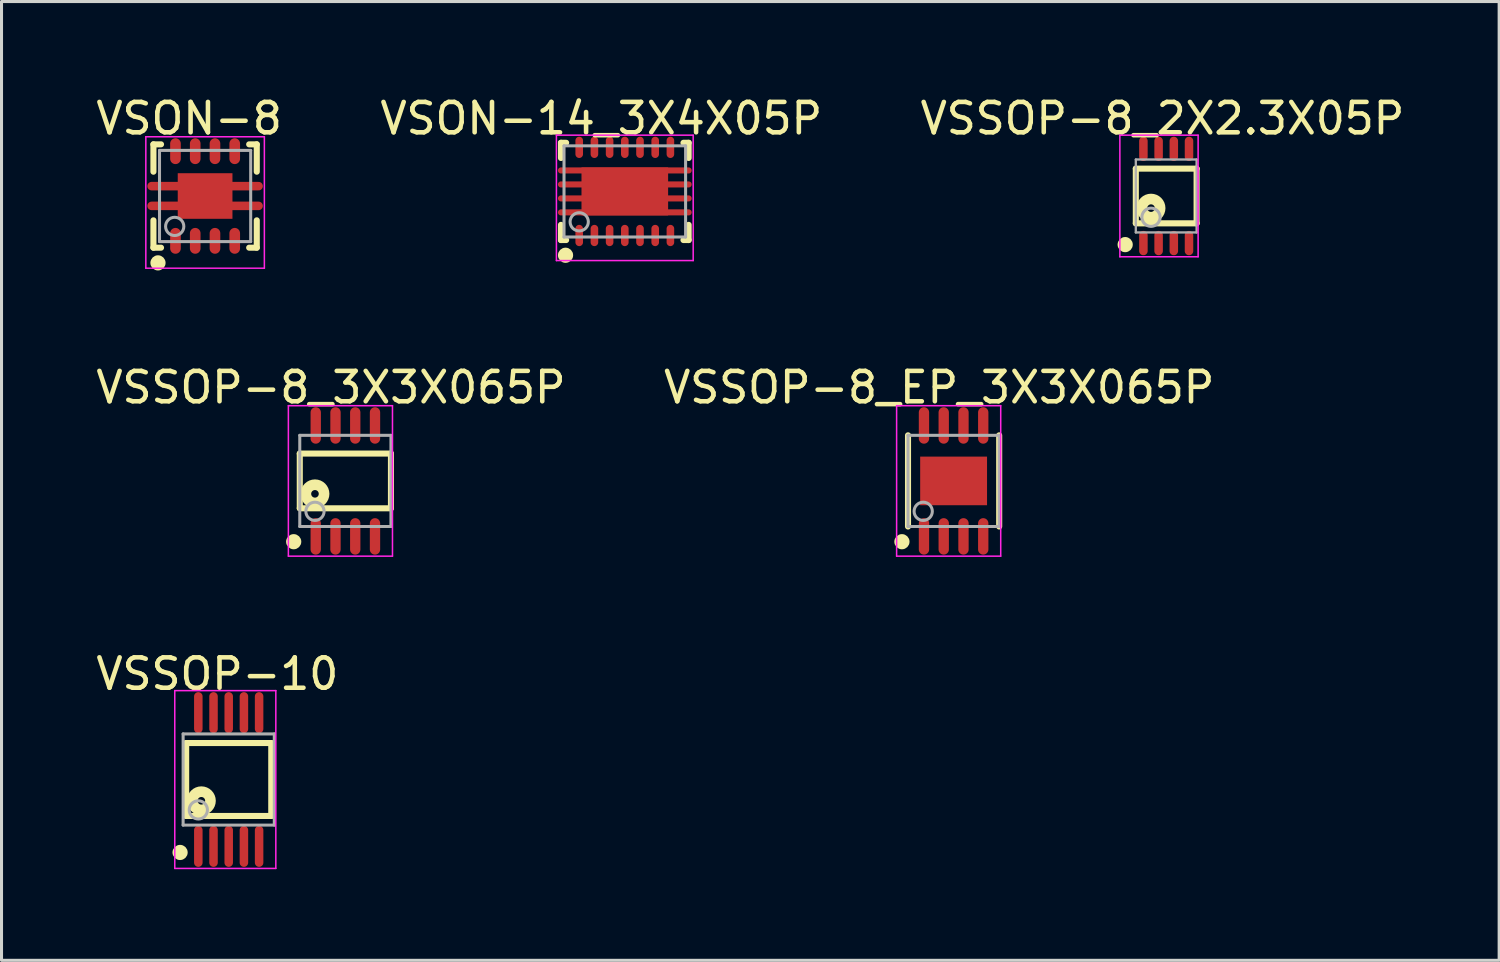
<source format=kicad_pcb>
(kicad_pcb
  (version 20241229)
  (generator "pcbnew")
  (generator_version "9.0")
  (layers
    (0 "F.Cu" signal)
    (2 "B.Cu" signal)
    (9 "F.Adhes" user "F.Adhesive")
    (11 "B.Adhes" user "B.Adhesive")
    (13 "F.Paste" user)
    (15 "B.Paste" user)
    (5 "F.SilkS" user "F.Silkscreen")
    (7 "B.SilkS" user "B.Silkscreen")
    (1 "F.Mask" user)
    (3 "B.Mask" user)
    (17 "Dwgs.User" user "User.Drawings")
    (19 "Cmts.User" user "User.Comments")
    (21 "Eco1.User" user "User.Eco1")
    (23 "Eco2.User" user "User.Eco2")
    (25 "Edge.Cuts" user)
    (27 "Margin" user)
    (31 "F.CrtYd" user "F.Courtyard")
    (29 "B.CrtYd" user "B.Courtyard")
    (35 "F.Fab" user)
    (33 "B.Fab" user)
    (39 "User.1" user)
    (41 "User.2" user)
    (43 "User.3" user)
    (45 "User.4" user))
  (footprint "VSSOP-8_EP_3X3X065P"
    (layer "F.Cu")
    (at 28.325 12.773)
    (property "Reference" "VSSOP-8_EP_3X3X065P" (at -0.474 -3.076 0) (layer "F.SilkS") (effects (font (size 1 1) (thickness 0.15))))
    (attr through_hole)
    (fp_line (start -1.5 1.5) (end -1.5 -1.5) (stroke (width 0.2) (type solid)) (layer "F.SilkS"))
    (fp_line (start 1.5 1.5) (end 1.5 -1.5) (stroke (width 0.2) (type solid)) (layer "F.SilkS"))
    (fp_circle (center -1.7 2) (end -1.575 2) (stroke (width 0.25) (type solid)) (fill no) (layer "F.SilkS"))
    (fp_line (start -1.875 -2.475) (end 1.55 -2.475) (stroke (width 0.05) (type solid)) (layer "F.CrtYd"))
    (fp_line (start -1.875 2.475) (end -1.875 -2.475) (stroke (width 0.05) (type solid)) (layer "F.CrtYd"))
    (fp_line (start 1.55 -2.475) (end 1.55 2.475) (stroke (width 0.05) (type solid)) (layer "F.CrtYd"))
    (fp_line (start 1.55 2.475) (end -1.875 2.475) (stroke (width 0.05) (type solid)) (layer "F.CrtYd"))
    (fp_line (start -1.5 -1.5) (end 1.5 -1.5) (stroke (width 0.1) (type solid)) (layer "F.Fab"))
    (fp_line (start -1.5 1.5) (end -1.5 -1.5) (stroke (width 0.1) (type solid)) (layer "F.Fab"))
    (fp_line (start -1.5 1.5) (end 1.5 1.5) (stroke (width 0.1) (type solid)) (layer "F.Fab"))
    (fp_line (start 1.5 1.5) (end 1.5 -1.5) (stroke (width 0.1) (type solid)) (layer "F.Fab"))
    (fp_circle (center -1 1) (end -0.7 1) (stroke (width 0.1) (type solid)) (fill no) (layer "F.Fab"))
    (pad "0" smd rect (at 0 0) (size 2.2 1.6) (layers "F.Cu" "F.Mask" "F.Paste"))
    (pad "1" smd oval (at -0.975 1.825 270) (size 1.2 0.34) (layers "F.Cu" "F.Mask" "F.Paste"))
    (pad "2" smd oval (at -0.325 1.825 270) (size 1.2 0.34) (layers "F.Cu" "F.Mask" "F.Paste"))
    (pad "3" smd oval (at 0.325 1.825 270) (size 1.2 0.34) (layers "F.Cu" "F.Mask" "F.Paste"))
    (pad "4" smd oval (at 0.975 1.825 270) (size 1.2 0.34) (layers "F.Cu" "F.Mask" "F.Paste"))
    (pad "5" smd oval (at 0.975 -1.825 270) (size 1.2 0.34) (layers "F.Cu" "F.Mask" "F.Paste"))
    (pad "6" smd oval (at 0.325 -1.825 270) (size 1.2 0.34) (layers "F.Cu" "F.Mask" "F.Paste"))
    (pad "7" smd oval (at -0.325 -1.825 270) (size 1.2 0.34) (layers "F.Cu" "F.Mask" "F.Paste"))
    (pad "8" smd oval (at -0.975 -1.825 270) (size 1.2 0.34) (layers "F.Cu" "F.Mask" "F.Paste")))
  (footprint "VSON-14_3X4X05P"
    (layer "F.Cu")
    (at 17.507 3.248)
    (property "Reference" "VSON-14_3X4X05P" (at -0.774 -2.4 0) (layer "F.SilkS") (effects (font (size 1 1) (thickness 0.15))))
    (attr through_hole)
    (fp_line (start -2.1 -1.6) (end -1.93 -1.6) (stroke (width 0.2) (type solid)) (layer "F.SilkS"))
    (fp_line (start -2.1 -1.1) (end -2.1 -1.6) (stroke (width 0.2) (type solid)) (layer "F.SilkS"))
    (fp_line (start -2.1 1.6) (end -2.1 1.1) (stroke (width 0.2) (type solid)) (layer "F.SilkS"))
    (fp_line (start -2.1 1.6) (end -1.93 1.6) (stroke (width 0.2) (type solid)) (layer "F.SilkS"))
    (fp_line (start 1.93 -1.6) (end 2.1 -1.6) (stroke (width 0.2) (type solid)) (layer "F.SilkS"))
    (fp_line (start 1.93 1.6) (end 2.1 1.6) (stroke (width 0.2) (type solid)) (layer "F.SilkS"))
    (fp_line (start 2.1 -1.1) (end 2.1 -1.6) (stroke (width 0.2) (type solid)) (layer "F.SilkS"))
    (fp_line (start 2.1 1.6) (end 2.1 1.1) (stroke (width 0.2) (type solid)) (layer "F.SilkS"))
    (fp_circle (center -1.95 2.1) (end -1.825 2.1) (stroke (width 0.25) (type solid)) (fill no) (layer "F.SilkS"))
    (fp_line (start -2.25 -1.85) (end 2.25 -1.85) (stroke (width 0.05) (type solid)) (layer "F.CrtYd"))
    (fp_line (start -2.25 2.275) (end -2.25 -1.85) (stroke (width 0.05) (type solid)) (layer "F.CrtYd"))
    (fp_line (start 2.25 -1.85) (end 2.25 2.275) (stroke (width 0.05) (type solid)) (layer "F.CrtYd"))
    (fp_line (start 2.25 2.275) (end -2.25 2.275) (stroke (width 0.05) (type solid)) (layer "F.CrtYd"))
    (fp_line (start -2 -1.5) (end 2 -1.5) (stroke (width 0.1) (type solid)) (layer "F.Fab"))
    (fp_line (start -2 1.5) (end -2 -1.5) (stroke (width 0.1) (type solid)) (layer "F.Fab"))
    (fp_line (start -2 1.5) (end 2 1.5) (stroke (width 0.1) (type solid)) (layer "F.Fab"))
    (fp_line (start 2 1.5) (end 2 -1.5) (stroke (width 0.1) (type solid)) (layer "F.Fab"))
    (fp_circle (center -1.5 1) (end -1.2 1) (stroke (width 0.1) (type solid)) (fill no) (layer "F.Fab"))
    (pad "" smd oval (at 0 -0.69 90) (size 0.2 4.4) (layers "F.Cu" "F.Mask" "F.Paste"))
    (pad "" smd oval (at 0 -0.23 90) (size 0.2 4.4) (layers "F.Cu" "F.Mask" "F.Paste"))
    (pad "" smd oval (at 0 0.23 270) (size 0.2 4.4) (layers "F.Cu" "F.Mask" "F.Paste"))
    (pad "" smd oval (at 0 0.69 270) (size 0.2 4.4) (layers "F.Cu" "F.Mask" "F.Paste"))
    (pad "0" smd rect (at 0 0 90) (size 1.58 2.85) (layers "F.Cu" "F.Mask" "F.Paste"))
    (pad "1" smd oval (at -1.5 1.45) (size 0.25 0.7) (layers "F.Cu" "F.Mask" "F.Paste"))
    (pad "2" smd oval (at -1 1.45) (size 0.25 0.7) (layers "F.Cu" "F.Mask" "F.Paste"))
    (pad "3" smd oval (at -0.5 1.45) (size 0.25 0.7) (layers "F.Cu" "F.Mask" "F.Paste"))
    (pad "4" smd oval (at 0 1.45) (size 0.25 0.7) (layers "F.Cu" "F.Mask" "F.Paste"))
    (pad "5" smd oval (at 0.5 1.45) (size 0.25 0.7) (layers "F.Cu" "F.Mask" "F.Paste"))
    (pad "6" smd oval (at 1 1.45) (size 0.25 0.7) (layers "F.Cu" "F.Mask" "F.Paste"))
    (pad "7" smd oval (at 1.5 1.45) (size 0.25 0.7) (layers "F.Cu" "F.Mask" "F.Paste"))
    (pad "8" smd oval (at 1.5 -1.45) (size 0.25 0.7) (layers "F.Cu" "F.Mask" "F.Paste"))
    (pad "9" smd oval (at 1 -1.45) (size 0.25 0.7) (layers "F.Cu" "F.Mask" "F.Paste"))
    (pad "10" smd oval (at 0.5 -1.45 180) (size 0.25 0.7) (layers "F.Cu" "F.Mask" "F.Paste"))
    (pad "11" smd oval (at 0 -1.45 180) (size 0.25 0.7) (layers "F.Cu" "F.Mask" "F.Paste"))
    (pad "12" smd oval (at -0.5 -1.45 180) (size 0.25 0.7) (layers "F.Cu" "F.Mask" "F.Paste"))
    (pad "13" smd oval (at -1 -1.45 180) (size 0.25 0.7) (layers "F.Cu" "F.Mask" "F.Paste"))
    (pad "14" smd oval (at -1.5 -1.45 180) (size 0.25 0.7) (layers "F.Cu" "F.Mask" "F.Paste")))
  (footprint "VSSOP-10"
    (layer "F.Cu")
    (at 4.475 22.597)
    (property "Reference" "VSSOP-10" (at -0.374 -3.475 0) (layer "F.SilkS") (effects (font (size 1 1) (thickness 0.15))))
    (attr through_hole)
    (fp_line (start -1.4 -1.2) (end 1.4 -1.2) (stroke (width 0.2) (type solid)) (layer "F.SilkS"))
    (fp_line (start -1.4 1.2) (end -1.4 -1.2) (stroke (width 0.2) (type solid)) (layer "F.SilkS"))
    (fp_line (start -1.4 1.2) (end 1.4 1.2) (stroke (width 0.2) (type solid)) (layer "F.SilkS"))
    (fp_line (start 1.4 1.2) (end 1.4 -1.2) (stroke (width 0.2) (type solid)) (layer "F.SilkS"))
    (fp_circle (center -1.6 2.4) (end -1.475 2.4) (stroke (width 0.25) (type solid)) (fill no) (layer "F.SilkS"))
    (fp_circle (center -0.9 0.7) (end -0.775 0.7) (stroke (width 0.35) (type solid)) (fill no) (layer "F.SilkS"))
    (fp_line (start -1.775 -2.925) (end 1.55 -2.925) (stroke (width 0.05) (type solid)) (layer "F.CrtYd"))
    (fp_line (start -1.775 2.925) (end -1.775 -2.925) (stroke (width 0.05) (type solid)) (layer "F.CrtYd"))
    (fp_line (start 1.55 -2.925) (end 1.55 2.925) (stroke (width 0.05) (type solid)) (layer "F.CrtYd"))
    (fp_line (start 1.55 2.925) (end -1.775 2.925) (stroke (width 0.05) (type solid)) (layer "F.CrtYd"))
    (fp_line (start -1.5 -1.5) (end 1.5 -1.5) (stroke (width 0.1) (type solid)) (layer "F.Fab"))
    (fp_line (start -1.5 1.5) (end -1.5 -1.5) (stroke (width 0.1) (type solid)) (layer "F.Fab"))
    (fp_line (start -1.5 1.5) (end 1.5 1.5) (stroke (width 0.1) (type solid)) (layer "F.Fab"))
    (fp_line (start 1.5 1.5) (end 1.5 -1.5) (stroke (width 0.1) (type solid)) (layer "F.Fab"))
    (fp_circle (center -1 1) (end -0.7 1) (stroke (width 0.1) (type solid)) (fill no) (layer "F.Fab"))
    (pad "1" smd oval (at -1 2.2 270) (size 1.35 0.28) (layers "F.Cu" "F.Mask" "F.Paste"))
    (pad "2" smd oval (at -0.5 2.2 270) (size 1.35 0.28) (layers "F.Cu" "F.Mask" "F.Paste"))
    (pad "3" smd oval (at 0 2.2 270) (size 1.35 0.28) (layers "F.Cu" "F.Mask" "F.Paste"))
    (pad "4" smd oval (at 0.5 2.2 270) (size 1.35 0.28) (layers "F.Cu" "F.Mask" "F.Paste"))
    (pad "5" smd oval (at 1 2.2 270) (size 1.35 0.28) (layers "F.Cu" "F.Mask" "F.Paste"))
    (pad "6" smd oval (at 1 -2.2 270) (size 1.35 0.28) (layers "F.Cu" "F.Mask" "F.Paste"))
    (pad "7" smd oval (at 0.5 -2.2 270) (size 1.35 0.28) (layers "F.Cu" "F.Mask" "F.Paste"))
    (pad "8" smd oval (at 0 -2.2 270) (size 1.35 0.28) (layers "F.Cu" "F.Mask" "F.Paste"))
    (pad "9" smd oval (at -0.5 -2.2 270) (size 1.35 0.28) (layers "F.Cu" "F.Mask" "F.Paste"))
    (pad "10" smd oval (at -1 -2.2 270) (size 1.35 0.28) (layers "F.Cu" "F.Mask" "F.Paste")))
  (footprint "VSON-8"
    (layer "F.Cu")
    (at 3.698 3.399)
    (property "Reference" "VSON-8" (at -0.525 -2.551 0) (layer "F.SilkS") (effects (font (size 1 1) (thickness 0.15))))
    (attr through_hole)
    (fp_line (start -1.7 -1.7) (end -1.45 -1.7) (stroke (width 0.2) (type solid)) (layer "F.SilkS"))
    (fp_line (start -1.7 -0.8) (end -1.7 -1.7) (stroke (width 0.2) (type solid)) (layer "F.SilkS"))
    (fp_line (start -1.7 1.7) (end -1.7 0.8) (stroke (width 0.2) (type solid)) (layer "F.SilkS"))
    (fp_line (start -1.7 1.7) (end -1.45 1.7) (stroke (width 0.2) (type solid)) (layer "F.SilkS"))
    (fp_line (start 1.45 -1.7) (end 1.7 -1.7) (stroke (width 0.2) (type solid)) (layer "F.SilkS"))
    (fp_line (start 1.45 1.7) (end 1.7 1.7) (stroke (width 0.2) (type solid)) (layer "F.SilkS"))
    (fp_line (start 1.7 -0.8) (end 1.7 -1.7) (stroke (width 0.2) (type solid)) (layer "F.SilkS"))
    (fp_line (start 1.7 1.7) (end 1.7 0.8) (stroke (width 0.2) (type solid)) (layer "F.SilkS"))
    (fp_circle (center -1.55 2.2) (end -1.425 2.2) (stroke (width 0.25) (type solid)) (fill no) (layer "F.SilkS"))
    (fp_line (start -1.95 -1.95) (end 1.95 -1.95) (stroke (width 0.05) (type solid)) (layer "F.CrtYd"))
    (fp_line (start -1.95 2.375) (end -1.95 -1.95) (stroke (width 0.05) (type solid)) (layer "F.CrtYd"))
    (fp_line (start 1.95 -1.95) (end 1.95 2.375) (stroke (width 0.05) (type solid)) (layer "F.CrtYd"))
    (fp_line (start 1.95 2.375) (end -1.95 2.375) (stroke (width 0.05) (type solid)) (layer "F.CrtYd"))
    (fp_line (start -1.5 -1.5) (end 1.5 -1.5) (stroke (width 0.1) (type solid)) (layer "F.Fab"))
    (fp_line (start -1.5 1.5) (end -1.5 -1.5) (stroke (width 0.1) (type solid)) (layer "F.Fab"))
    (fp_line (start -1.5 1.5) (end 1.5 1.5) (stroke (width 0.1) (type solid)) (layer "F.Fab"))
    (fp_line (start 1.5 1.5) (end 1.5 -1.5) (stroke (width 0.1) (type solid)) (layer "F.Fab"))
    (fp_circle (center -1 1) (end -0.7 1) (stroke (width 0.1) (type solid)) (fill no) (layer "F.Fab"))
    (pad "" smd oval (at 0 -0.325 270) (size 0.28 3.8) (layers "F.Cu" "F.Mask" "F.Paste"))
    (pad "" smd oval (at 0 0.325 90) (size 0.28 3.8) (layers "F.Cu" "F.Mask" "F.Paste"))
    (pad "0" smd rect (at 0 0 90) (size 1.5 1.8) (layers "F.Cu" "F.Mask" "F.Paste"))
    (pad "1" smd oval (at -0.975 1.475) (size 0.35 0.85) (layers "F.Cu" "F.Mask" "F.Paste"))
    (pad "2" smd oval (at -0.325 1.475) (size 0.35 0.85) (layers "F.Cu" "F.Mask" "F.Paste"))
    (pad "3" smd oval (at 0.325 1.475) (size 0.35 0.85) (layers "F.Cu" "F.Mask" "F.Paste"))
    (pad "4" smd oval (at 0.975 1.475) (size 0.35 0.85) (layers "F.Cu" "F.Mask" "F.Paste"))
    (pad "5" smd oval (at 0.975 -1.475 180) (size 0.35 0.85) (layers "F.Cu" "F.Mask" "F.Paste"))
    (pad "6" smd oval (at 0.325 -1.475 180) (size 0.35 0.85) (layers "F.Cu" "F.Mask" "F.Paste"))
    (pad "7" smd oval (at -0.325 -1.475 180) (size 0.35 0.85) (layers "F.Cu" "F.Mask" "F.Paste"))
    (pad "8" smd oval (at -0.975 -1.475 180) (size 0.35 0.85) (layers "F.Cu" "F.Mask" "F.Paste")))
  (footprint "VSSOP-8_3X3X065P"
    (layer "F.Cu")
    (at 8.313 12.773)
    (property "Reference" "VSSOP-8_3X3X065P" (at -0.474 -3.076 0) (layer "F.SilkS") (effects (font (size 1 1) (thickness 0.15))))
    (attr through_hole)
    (fp_line (start -1.5 -0.9) (end 1.5 -0.9) (stroke (width 0.2) (type solid)) (layer "F.SilkS"))
    (fp_line (start -1.5 0.9) (end -1.5 -0.9) (stroke (width 0.2) (type solid)) (layer "F.SilkS"))
    (fp_line (start -1.5 0.9) (end 1.5 0.9) (stroke (width 0.2) (type solid)) (layer "F.SilkS"))
    (fp_line (start 1.5 0.9) (end 1.5 -0.9) (stroke (width 0.2) (type solid)) (layer "F.SilkS"))
    (fp_circle (center -1.7 2) (end -1.575 2) (stroke (width 0.25) (type solid)) (fill no) (layer "F.SilkS"))
    (fp_circle (center -1 0.425) (end -0.875 0.425) (stroke (width 0.35) (type solid)) (fill no) (layer "F.SilkS"))
    (fp_line (start -1.875 -2.475) (end 1.55 -2.475) (stroke (width 0.05) (type solid)) (layer "F.CrtYd"))
    (fp_line (start -1.875 2.475) (end -1.875 -2.475) (stroke (width 0.05) (type solid)) (layer "F.CrtYd"))
    (fp_line (start 1.55 -2.475) (end 1.55 2.475) (stroke (width 0.05) (type solid)) (layer "F.CrtYd"))
    (fp_line (start 1.55 2.475) (end -1.875 2.475) (stroke (width 0.05) (type solid)) (layer "F.CrtYd"))
    (fp_line (start -1.5 -1.5) (end 1.5 -1.5) (stroke (width 0.1) (type solid)) (layer "F.Fab"))
    (fp_line (start -1.5 1.5) (end -1.5 -1.5) (stroke (width 0.1) (type solid)) (layer "F.Fab"))
    (fp_line (start -1.5 1.5) (end 1.5 1.5) (stroke (width 0.1) (type solid)) (layer "F.Fab"))
    (fp_line (start 1.5 1.5) (end 1.5 -1.5) (stroke (width 0.1) (type solid)) (layer "F.Fab"))
    (fp_circle (center -1 1) (end -0.7 1) (stroke (width 0.1) (type solid)) (fill no) (layer "F.Fab"))
    (pad "1" smd oval (at -0.975 1.825 270) (size 1.2 0.34) (layers "F.Cu" "F.Mask" "F.Paste"))
    (pad "2" smd oval (at -0.325 1.825 270) (size 1.2 0.34) (layers "F.Cu" "F.Mask" "F.Paste"))
    (pad "3" smd oval (at 0.325 1.825 270) (size 1.2 0.34) (layers "F.Cu" "F.Mask" "F.Paste"))
    (pad "4" smd oval (at 0.975 1.825 270) (size 1.2 0.34) (layers "F.Cu" "F.Mask" "F.Paste"))
    (pad "5" smd oval (at 0.975 -1.825 270) (size 1.2 0.34) (layers "F.Cu" "F.Mask" "F.Paste"))
    (pad "6" smd oval (at 0.325 -1.825 270) (size 1.2 0.34) (layers "F.Cu" "F.Mask" "F.Paste"))
    (pad "7" smd oval (at -0.325 -1.825 270) (size 1.2 0.34) (layers "F.Cu" "F.Mask" "F.Paste"))
    (pad "8" smd oval (at -0.975 -1.825 270) (size 1.2 0.34) (layers "F.Cu" "F.Mask" "F.Paste")))
  (footprint "VSSOP-8_2X2.3X05P"
    (layer "F.Cu")
    (at 35.32 3.398)
    (property "Reference" "VSSOP-8_2X2.3X05P" (at -0.124 -2.55 0) (layer "F.SilkS") (effects (font (size 1 1) (thickness 0.15))))
    (attr through_hole)
    (fp_line (start -1 -0.9) (end 1 -0.9) (stroke (width 0.2) (type solid)) (layer "F.SilkS"))
    (fp_line (start -1 0.9) (end -1 -0.9) (stroke (width 0.2) (type solid)) (layer "F.SilkS"))
    (fp_line (start -1 0.9) (end 1 0.9) (stroke (width 0.2) (type solid)) (layer "F.SilkS"))
    (fp_line (start 1 0.9) (end 1 -0.9) (stroke (width 0.2) (type solid)) (layer "F.SilkS"))
    (fp_circle (center -1.35 1.6) (end -1.225 1.6) (stroke (width 0.25) (type solid)) (fill no) (layer "F.SilkS"))
    (fp_circle (center -0.5 0.4) (end -0.375 0.4) (stroke (width 0.35) (type solid)) (fill no) (layer "F.SilkS"))
    (fp_line (start -1.525 -2) (end 1.05 -2) (stroke (width 0.05) (type solid)) (layer "F.CrtYd"))
    (fp_line (start -1.525 2) (end -1.525 -2) (stroke (width 0.05) (type solid)) (layer "F.CrtYd"))
    (fp_line (start 1.05 -2) (end 1.05 2) (stroke (width 0.05) (type solid)) (layer "F.CrtYd"))
    (fp_line (start 1.05 2) (end -1.525 2) (stroke (width 0.05) (type solid)) (layer "F.CrtYd"))
    (fp_line (start -1 -1.2) (end 1 -1.2) (stroke (width 0.076) (type solid)) (layer "F.Fab"))
    (fp_line (start -1 1.2) (end -1 -1.2) (stroke (width 0.076) (type solid)) (layer "F.Fab"))
    (fp_line (start -1 1.2) (end 1 1.2) (stroke (width 0.076) (type solid)) (layer "F.Fab"))
    (fp_line (start 1 1.2) (end 1 -1.2) (stroke (width 0.076) (type solid)) (layer "F.Fab"))
    (fp_circle (center -0.5 0.7) (end -0.2 0.7) (stroke (width 0.1) (type solid)) (fill no) (layer "F.Fab"))
    (pad "1" smd oval (at -0.75 1.55 270) (size 0.8 0.28) (layers "F.Cu" "F.Mask" "F.Paste"))
    (pad "2" smd oval (at -0.25 1.55 270) (size 0.8 0.28) (layers "F.Cu" "F.Mask" "F.Paste"))
    (pad "3" smd oval (at 0.25 1.55 270) (size 0.8 0.28) (layers "F.Cu" "F.Mask" "F.Paste"))
    (pad "4" smd oval (at 0.75 1.55 270) (size 0.8 0.28) (layers "F.Cu" "F.Mask" "F.Paste"))
    (pad "5" smd oval (at 0.75 -1.55 270) (size 0.8 0.28) (layers "F.Cu" "F.Mask" "F.Paste"))
    (pad "6" smd oval (at 0.25 -1.55 270) (size 0.8 0.28) (layers "F.Cu" "F.Mask" "F.Paste"))
    (pad "7" smd oval (at -0.25 -1.55 270) (size 0.8 0.28) (layers "F.Cu" "F.Mask" "F.Paste"))
    (pad "8" smd oval (at -0.75 -1.55 270) (size 0.8 0.28) (layers "F.Cu" "F.Mask" "F.Paste")))
  (gr_rect
    (start -3 -3)
    (end 46.274 28.547)
    (stroke (width 0.1) (type default))
    (fill no)
    (layer "Edge.Cuts")))
</source>
